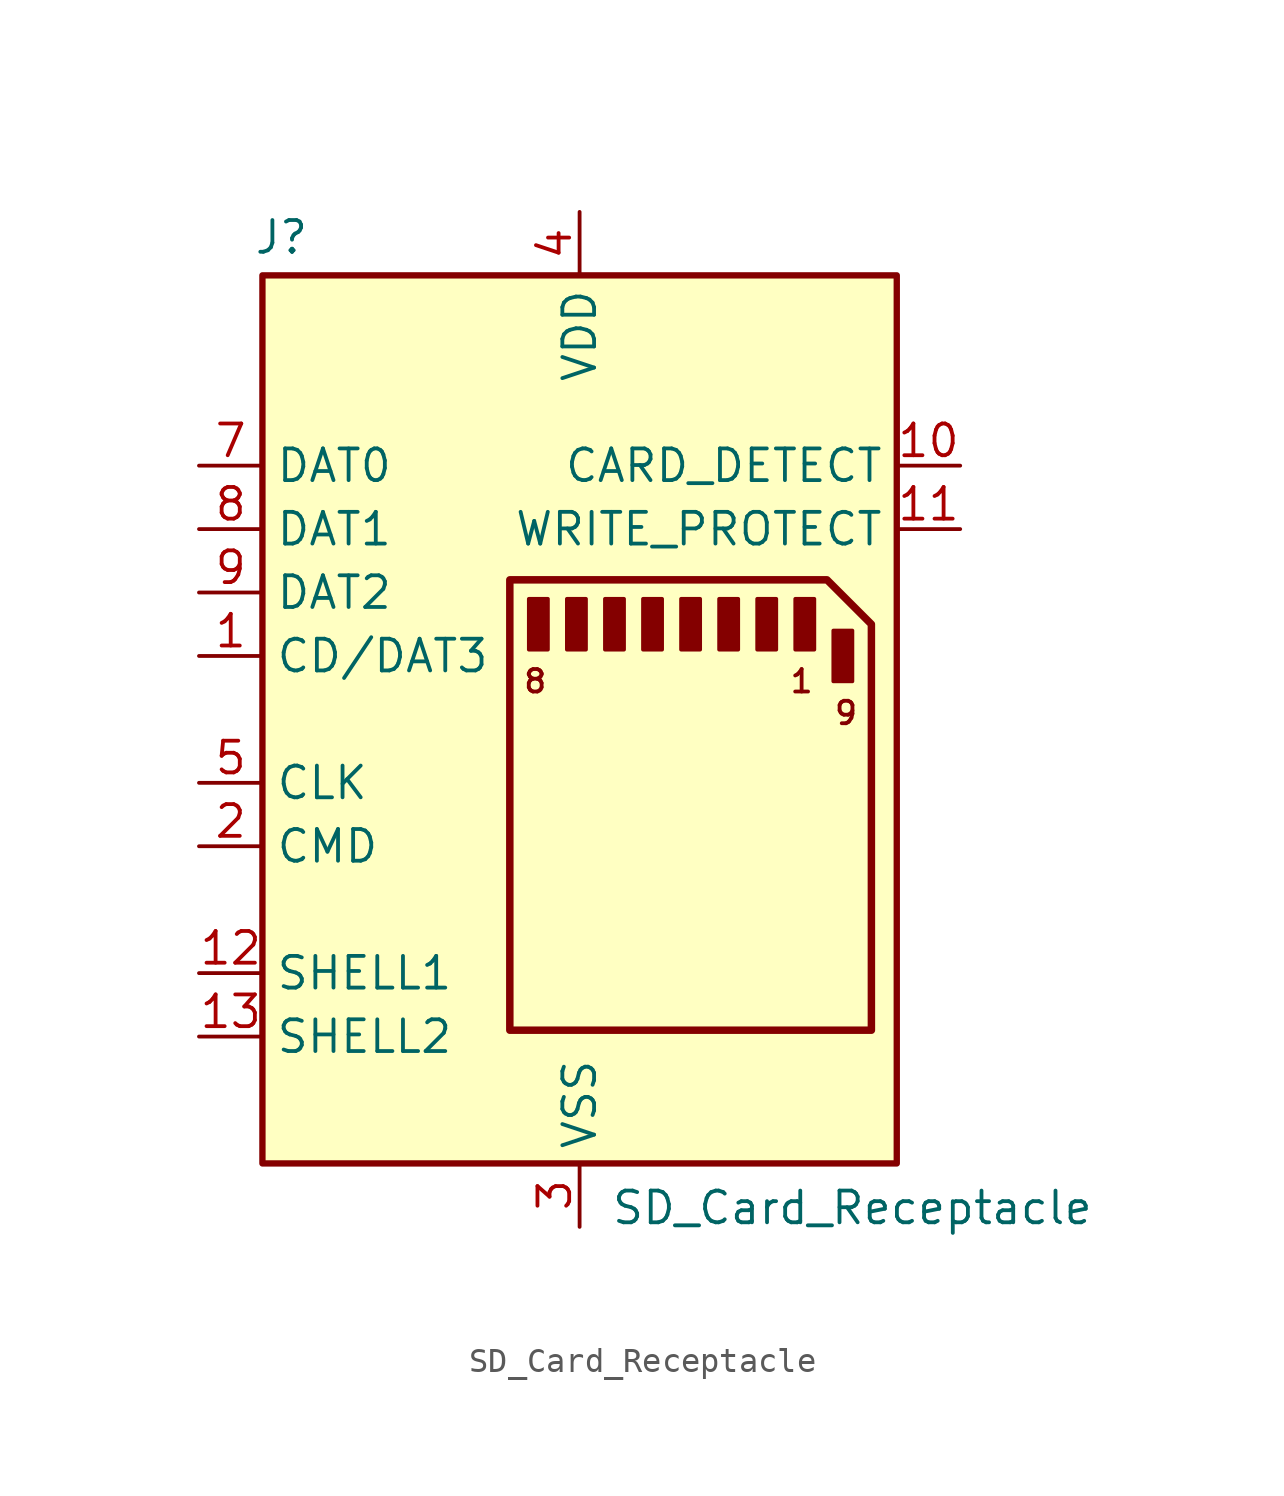
<source format=kicad_sym>
(kicad_symbol_lib
  (version 20241209)
  (generator "kicad_symbol_editor")
  (generator_version "9.0")
  (symbol "SD_Card_Receptacle"
    (property "Reference" "J"
      (at -11.938 19.304 0)
      (effects (font (size 1.27 1.27))))
    (property "Value" "SD_Card_Receptacle"
      (at 10.922 -19.558 0)
      (effects (font (size 1.27 1.27))))
    (symbol "SD_Card_Receptacle_0_1"
      (rectangle (start -2.032 2.794) (end -1.27 4.826) (stroke (width 0) (type default)) (fill (type outline)))
      (rectangle (start -0.508 2.794) (end 0.254 4.826) (stroke (width 0) (type default)) (fill (type outline)))
      (rectangle (start 1.016 2.794) (end 1.778 4.826) (stroke (width 0) (type default)) (fill (type outline)))
      (rectangle (start 2.54 2.794) (end 3.302 4.826) (stroke (width 0) (type default)) (fill (type outline)))
      (rectangle (start 4.064 2.794) (end 4.826 4.826) (stroke (width 0) (type default)) (fill (type outline)))
      (rectangle (start 5.588 2.794) (end 6.35 4.826) (stroke (width 0) (type default)) (fill (type outline)))
      (rectangle (start 7.112 2.794) (end 7.874 4.826) (stroke (width 0) (type default)) (fill (type outline)))
      (rectangle (start 8.636 2.794) (end 9.398 4.826) (stroke (width 0) (type default)) (fill (type outline)))
      (rectangle (start 10.16 1.524) (end 10.922 3.556) (stroke (width 0) (type default)) (fill (type outline))))
    (symbol "SD_Card_Receptacle_1_1"
      (rectangle (start -12.7 17.78) (end 12.7 -17.78) (stroke (width 0.254) (type default)) (fill (type background)))
      (polyline (pts (xy 9.906 5.588) (xy -2.794 5.588) (xy -2.794 -12.446) (xy 11.684 -12.446) (xy 11.684 3.81) (xy 9.906 5.588)) (stroke (width 0.3) (type default)) (fill (type none)))
      (text "8" (at -1.778 1.524 0) (effects (font (size 0.9 0.9))))
      (text "1" (at 8.89 1.524 0) (effects (font (size 0.9 0.9))))
      (text "9" (at 10.668 0.254 0) (effects (font (size 0.9 0.9))))
      (pin bidirectional line (at -15.24 10.16 0) (length 2.54) (name "DAT0" (effects (font (size 1.27 1.27)))) (number "7" (effects (font (size 1.27 1.27)))))
      (pin bidirectional line (at -15.24 7.62 0) (length 2.54) (name "DAT1" (effects (font (size 1.27 1.27)))) (number "8" (effects (font (size 1.27 1.27)))))
      (pin bidirectional line (at -15.24 5.08 0) (length 2.54) (name "DAT2" (effects (font (size 1.27 1.27)))) (number "9" (effects (font (size 1.27 1.27)))))
      (pin bidirectional line (at -15.24 2.54 0) (length 2.54) (name "CD/DAT3" (effects (font (size 1.27 1.27)))) (number "1" (effects (font (size 1.27 1.27)))))
      (pin input line (at -15.24 -2.54 0) (length 2.54) (name "CLK" (effects (font (size 1.27 1.27)))) (number "5" (effects (font (size 1.27 1.27)))))
      (pin bidirectional line (at -15.24 -5.08 0) (length 2.54) (name "CMD" (effects (font (size 1.27 1.27)))) (number "2" (effects (font (size 1.27 1.27)))))
      (pin passive line (at -15.24 -10.16 0) (length 2.54) (name "SHELL1" (effects (font (size 1.27 1.27)))) (number "12" (effects (font (size 1.27 1.27)))))
      (pin passive line (at -15.24 -12.7 0) (length 2.54) (name "SHELL2" (effects (font (size 1.27 1.27)))) (number "13" (effects (font (size 1.27 1.27)))))
      (pin power_in line (at 0 20.32 270) (length 2.54) (name "VDD" (effects (font (size 1.27 1.27)))) (number "4" (effects (font (size 1.27 1.27)))))
      (pin power_in line (at 0 -20.32 90) (length 2.54) (name "VSS" (effects (font (size 1.27 1.27)))) (number "3" (effects (font (size 1.27 1.27)))))
      (pin passive line (at 0 -20.32 90) (length 2.54) (hide yes) (name "VSS" (effects (font (size 1.27 1.27)))) (number "6" (effects (font (size 1.27 1.27)))))
      (pin output line (at 15.24 10.16 180) (length 2.54) (name "CARD_DETECT" (effects (font (size 1.27 1.27)))) (number "10" (effects (font (size 1.27 1.27)))))
      (pin output line (at 15.24 7.62 180) (length 2.54) (name "WRITE_PROTECT" (effects (font (size 1.27 1.27)))) (number "11" (effects (font (size 1.27 1.27))))))))
</source>
